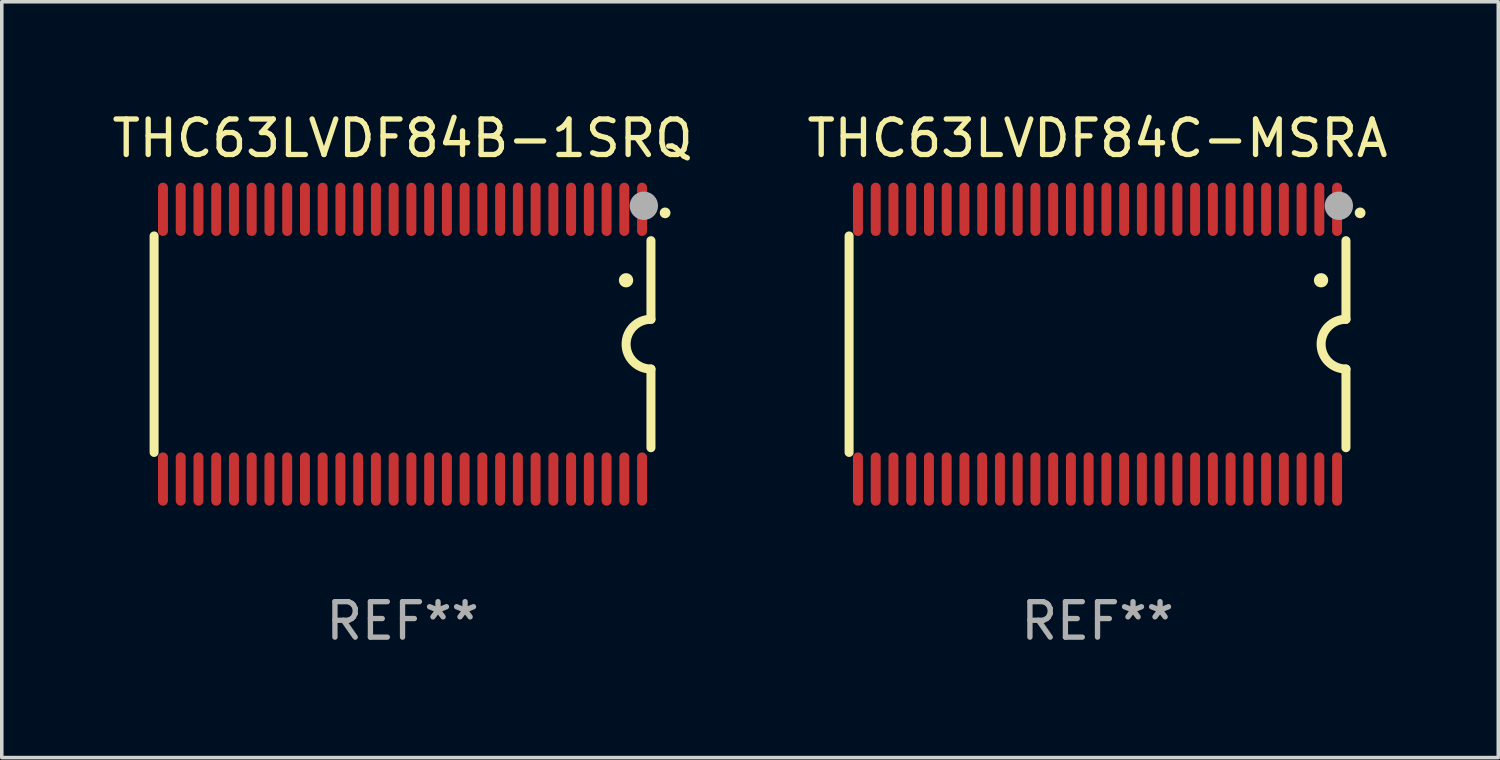
<source format=kicad_pcb>
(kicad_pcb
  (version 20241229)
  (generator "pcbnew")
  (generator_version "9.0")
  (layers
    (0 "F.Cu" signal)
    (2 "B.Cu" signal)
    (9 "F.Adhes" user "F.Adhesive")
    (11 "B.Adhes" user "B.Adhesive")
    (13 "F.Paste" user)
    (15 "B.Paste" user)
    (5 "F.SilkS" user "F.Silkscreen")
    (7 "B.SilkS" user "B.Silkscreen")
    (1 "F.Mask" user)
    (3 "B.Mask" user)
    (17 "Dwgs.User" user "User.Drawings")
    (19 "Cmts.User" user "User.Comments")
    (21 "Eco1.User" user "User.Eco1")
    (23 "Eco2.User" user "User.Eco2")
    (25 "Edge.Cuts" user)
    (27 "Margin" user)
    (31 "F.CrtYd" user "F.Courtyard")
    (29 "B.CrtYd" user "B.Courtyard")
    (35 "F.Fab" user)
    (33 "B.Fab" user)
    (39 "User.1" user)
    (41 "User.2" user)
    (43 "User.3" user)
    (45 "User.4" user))
  (footprint "THC63LVDF84C-MSRA"
    (layer "F.Cu")
    (at 27.875 6.648)
    (property "Reference" "THC63LVDF84C-MSRA" (at 0 -5.8 0) (layer "F.SilkS") (effects (font (size 1 1) (thickness 0.15))))
    (attr through_hole)
    (fp_line (start -7 3.05) (end -7 -3.05) (stroke (width 0.254) (type solid)) (layer "F.SilkS"))
    (fp_line (start 7 -2.917) (end 7 -0.7) (stroke (width 0.254) (type solid)) (layer "F.SilkS"))
    (fp_line (start 7 2.917) (end 7 0.7) (stroke (width 0.254) (type solid)) (layer "F.SilkS"))
    (fp_arc (start 6.296673 -1.800889) (mid 6.297943 -1.800893) (end 6.299213 -1.800889) (stroke (width 0.4) (type solid)) (layer "F.SilkS"))
    (fp_arc (start 7.000025 0.699975) (mid 6.299746 -0.000661) (end 7.000255 -0.701067) (stroke (width 0.254001) (type solid)) (layer "F.SilkS"))
    (fp_arc (start 7.397485 -3.700025) (mid 7.398755 -3.70003) (end 7.400025 -3.700025) (stroke (width 0.3) (type solid)) (layer "F.SilkS"))
    (fp_circle (center 7 -4.05) (end 7.03 -4.05) (stroke (width 0.06) (type solid)) (fill no) (layer "F.SilkS"))
    (fp_circle (center 6.8 -3.9) (end 7 -3.9) (stroke (width 0.4) (type solid)) (fill no) (layer "F.Fab"))
    (fp_text user "REF**" (at 0 7.8 0) (layer "F.Fab") (effects (font (size 1 1) (thickness 0.15))))
    (pad "1" smd oval (at 6.75 -3.8 180) (size 0.28 1.5) (layers "F.Cu" "F.Mask" "F.Paste"))
    (pad "2" smd oval (at 6.25 -3.8 180) (size 0.28 1.5) (layers "F.Cu" "F.Mask" "F.Paste"))
    (pad "3" smd oval (at 5.75 -3.8 180) (size 0.28 1.5) (layers "F.Cu" "F.Mask" "F.Paste"))
    (pad "4" smd oval (at 5.25 -3.8 180) (size 0.28 1.5) (layers "F.Cu" "F.Mask" "F.Paste"))
    (pad "5" smd oval (at 4.75 -3.8 180) (size 0.28 1.5) (layers "F.Cu" "F.Mask" "F.Paste"))
    (pad "6" smd oval (at 4.25 -3.8 180) (size 0.28 1.5) (layers "F.Cu" "F.Mask" "F.Paste"))
    (pad "7" smd oval (at 3.75 -3.8 180) (size 0.28 1.5) (layers "F.Cu" "F.Mask" "F.Paste"))
    (pad "8" smd oval (at 3.25 -3.8 180) (size 0.28 1.5) (layers "F.Cu" "F.Mask" "F.Paste"))
    (pad "9" smd oval (at 2.75 -3.8 180) (size 0.28 1.5) (layers "F.Cu" "F.Mask" "F.Paste"))
    (pad "10" smd oval (at 2.25 -3.8 180) (size 0.28 1.5) (layers "F.Cu" "F.Mask" "F.Paste"))
    (pad "11" smd oval (at 1.75 -3.8 180) (size 0.28 1.5) (layers "F.Cu" "F.Mask" "F.Paste"))
    (pad "12" smd oval (at 1.25 -3.8 180) (size 0.28 1.5) (layers "F.Cu" "F.Mask" "F.Paste"))
    (pad "13" smd oval (at 0.75 -3.8 180) (size 0.28 1.5) (layers "F.Cu" "F.Mask" "F.Paste"))
    (pad "14" smd oval (at 0.25 -3.8 180) (size 0.28 1.5) (layers "F.Cu" "F.Mask" "F.Paste"))
    (pad "15" smd oval (at -0.25 -3.8 180) (size 0.28 1.5) (layers "F.Cu" "F.Mask" "F.Paste"))
    (pad "16" smd oval (at -0.75 -3.8 180) (size 0.28 1.5) (layers "F.Cu" "F.Mask" "F.Paste"))
    (pad "17" smd oval (at -1.25 -3.8 180) (size 0.28 1.5) (layers "F.Cu" "F.Mask" "F.Paste"))
    (pad "18" smd oval (at -1.75 -3.8 180) (size 0.28 1.5) (layers "F.Cu" "F.Mask" "F.Paste"))
    (pad "19" smd oval (at -2.25 -3.8 180) (size 0.28 1.5) (layers "F.Cu" "F.Mask" "F.Paste"))
    (pad "20" smd oval (at -2.75 -3.8 180) (size 0.28 1.5) (layers "F.Cu" "F.Mask" "F.Paste"))
    (pad "21" smd oval (at -3.25 -3.8 180) (size 0.28 1.5) (layers "F.Cu" "F.Mask" "F.Paste"))
    (pad "22" smd oval (at -3.75 -3.8 180) (size 0.28 1.5) (layers "F.Cu" "F.Mask" "F.Paste"))
    (pad "23" smd oval (at -4.25 -3.8 180) (size 0.28 1.5) (layers "F.Cu" "F.Mask" "F.Paste"))
    (pad "24" smd oval (at -4.75 -3.8 180) (size 0.28 1.5) (layers "F.Cu" "F.Mask" "F.Paste"))
    (pad "25" smd oval (at -5.25 -3.8 180) (size 0.28 1.5) (layers "F.Cu" "F.Mask" "F.Paste"))
    (pad "26" smd oval (at -5.75 -3.8 180) (size 0.28 1.5) (layers "F.Cu" "F.Mask" "F.Paste"))
    (pad "27" smd oval (at -6.25 -3.8 180) (size 0.28 1.5) (layers "F.Cu" "F.Mask" "F.Paste"))
    (pad "28" smd oval (at -6.75 -3.8 180) (size 0.28 1.5) (layers "F.Cu" "F.Mask" "F.Paste"))
    (pad "29" smd oval (at -6.75 3.8 180) (size 0.28 1.5) (layers "F.Cu" "F.Mask" "F.Paste"))
    (pad "30" smd oval (at -6.25 3.8 180) (size 0.28 1.5) (layers "F.Cu" "F.Mask" "F.Paste"))
    (pad "31" smd oval (at -5.75 3.8 180) (size 0.28 1.5) (layers "F.Cu" "F.Mask" "F.Paste"))
    (pad "32" smd oval (at -5.25 3.8 180) (size 0.28 1.5) (layers "F.Cu" "F.Mask" "F.Paste"))
    (pad "33" smd oval (at -4.75 3.8 180) (size 0.28 1.5) (layers "F.Cu" "F.Mask" "F.Paste"))
    (pad "34" smd oval (at -4.25 3.8 180) (size 0.28 1.5) (layers "F.Cu" "F.Mask" "F.Paste"))
    (pad "35" smd oval (at -3.75 3.8 180) (size 0.28 1.5) (layers "F.Cu" "F.Mask" "F.Paste"))
    (pad "36" smd oval (at -3.25 3.8 180) (size 0.28 1.5) (layers "F.Cu" "F.Mask" "F.Paste"))
    (pad "37" smd oval (at -2.75 3.8 180) (size 0.28 1.5) (layers "F.Cu" "F.Mask" "F.Paste"))
    (pad "38" smd oval (at -2.25 3.8 180) (size 0.28 1.5) (layers "F.Cu" "F.Mask" "F.Paste"))
    (pad "39" smd oval (at -1.75 3.8 180) (size 0.28 1.5) (layers "F.Cu" "F.Mask" "F.Paste"))
    (pad "40" smd oval (at -1.25 3.8 180) (size 0.28 1.5) (layers "F.Cu" "F.Mask" "F.Paste"))
    (pad "41" smd oval (at -0.75 3.8 180) (size 0.28 1.5) (layers "F.Cu" "F.Mask" "F.Paste"))
    (pad "42" smd oval (at -0.25 3.8 180) (size 0.28 1.5) (layers "F.Cu" "F.Mask" "F.Paste"))
    (pad "43" smd oval (at 0.25 3.8 180) (size 0.28 1.5) (layers "F.Cu" "F.Mask" "F.Paste"))
    (pad "44" smd oval (at 0.75 3.8 180) (size 0.28 1.5) (layers "F.Cu" "F.Mask" "F.Paste"))
    (pad "45" smd oval (at 1.25 3.8 180) (size 0.28 1.5) (layers "F.Cu" "F.Mask" "F.Paste"))
    (pad "46" smd oval (at 1.75 3.8 180) (size 0.28 1.5) (layers "F.Cu" "F.Mask" "F.Paste"))
    (pad "47" smd oval (at 2.25 3.8 180) (size 0.28 1.5) (layers "F.Cu" "F.Mask" "F.Paste"))
    (pad "48" smd oval (at 2.75 3.8 180) (size 0.28 1.5) (layers "F.Cu" "F.Mask" "F.Paste"))
    (pad "49" smd oval (at 3.25 3.8 180) (size 0.28 1.5) (layers "F.Cu" "F.Mask" "F.Paste"))
    (pad "50" smd oval (at 3.75 3.8 180) (size 0.28 1.5) (layers "F.Cu" "F.Mask" "F.Paste"))
    (pad "51" smd oval (at 4.25 3.8 180) (size 0.28 1.5) (layers "F.Cu" "F.Mask" "F.Paste"))
    (pad "52" smd oval (at 4.75 3.8 180) (size 0.28 1.5) (layers "F.Cu" "F.Mask" "F.Paste"))
    (pad "53" smd oval (at 5.25 3.8 180) (size 0.28 1.5) (layers "F.Cu" "F.Mask" "F.Paste"))
    (pad "54" smd oval (at 5.75 3.8 180) (size 0.28 1.5) (layers "F.Cu" "F.Mask" "F.Paste"))
    (pad "55" smd oval (at 6.25 3.8 180) (size 0.28 1.5) (layers "F.Cu" "F.Mask" "F.Paste"))
    (pad "56" smd oval (at 6.75 3.8 180) (size 0.28 1.5) (layers "F.Cu" "F.Mask" "F.Paste")))
  (footprint "THC63LVDF84B-1SRQ"
    (layer "F.Cu")
    (at 8.292 6.648)
    (property "Reference" "THC63LVDF84B-1SRQ" (at 0 -5.8 0) (layer "F.SilkS") (effects (font (size 1 1) (thickness 0.15))))
    (attr through_hole)
    (fp_line (start -7 3.05) (end -7 -3.05) (stroke (width 0.254) (type solid)) (layer "F.SilkS"))
    (fp_line (start 7 -2.917) (end 7 -0.7) (stroke (width 0.254) (type solid)) (layer "F.SilkS"))
    (fp_line (start 7 2.917) (end 7 0.7) (stroke (width 0.254) (type solid)) (layer "F.SilkS"))
    (fp_arc (start 6.296673 -1.800889) (mid 6.297943 -1.800893) (end 6.299213 -1.800889) (stroke (width 0.4) (type solid)) (layer "F.SilkS"))
    (fp_arc (start 7.000025 0.699975) (mid 6.299746 -0.000661) (end 7.000255 -0.701067) (stroke (width 0.254001) (type solid)) (layer "F.SilkS"))
    (fp_arc (start 7.397485 -3.700025) (mid 7.398755 -3.70003) (end 7.400025 -3.700025) (stroke (width 0.3) (type solid)) (layer "F.SilkS"))
    (fp_circle (center 7 -4.05) (end 7.03 -4.05) (stroke (width 0.06) (type solid)) (fill no) (layer "F.SilkS"))
    (fp_circle (center 6.8 -3.9) (end 7 -3.9) (stroke (width 0.4) (type solid)) (fill no) (layer "F.Fab"))
    (fp_text user "REF**" (at 0 7.8 0) (layer "F.Fab") (effects (font (size 1 1) (thickness 0.15))))
    (pad "1" smd oval (at 6.75 -3.8 180) (size 0.28 1.5) (layers "F.Cu" "F.Mask" "F.Paste"))
    (pad "2" smd oval (at 6.25 -3.8 180) (size 0.28 1.5) (layers "F.Cu" "F.Mask" "F.Paste"))
    (pad "3" smd oval (at 5.75 -3.8 180) (size 0.28 1.5) (layers "F.Cu" "F.Mask" "F.Paste"))
    (pad "4" smd oval (at 5.25 -3.8 180) (size 0.28 1.5) (layers "F.Cu" "F.Mask" "F.Paste"))
    (pad "5" smd oval (at 4.75 -3.8 180) (size 0.28 1.5) (layers "F.Cu" "F.Mask" "F.Paste"))
    (pad "6" smd oval (at 4.25 -3.8 180) (size 0.28 1.5) (layers "F.Cu" "F.Mask" "F.Paste"))
    (pad "7" smd oval (at 3.75 -3.8 180) (size 0.28 1.5) (layers "F.Cu" "F.Mask" "F.Paste"))
    (pad "8" smd oval (at 3.25 -3.8 180) (size 0.28 1.5) (layers "F.Cu" "F.Mask" "F.Paste"))
    (pad "9" smd oval (at 2.75 -3.8 180) (size 0.28 1.5) (layers "F.Cu" "F.Mask" "F.Paste"))
    (pad "10" smd oval (at 2.25 -3.8 180) (size 0.28 1.5) (layers "F.Cu" "F.Mask" "F.Paste"))
    (pad "11" smd oval (at 1.75 -3.8 180) (size 0.28 1.5) (layers "F.Cu" "F.Mask" "F.Paste"))
    (pad "12" smd oval (at 1.25 -3.8 180) (size 0.28 1.5) (layers "F.Cu" "F.Mask" "F.Paste"))
    (pad "13" smd oval (at 0.75 -3.8 180) (size 0.28 1.5) (layers "F.Cu" "F.Mask" "F.Paste"))
    (pad "14" smd oval (at 0.25 -3.8 180) (size 0.28 1.5) (layers "F.Cu" "F.Mask" "F.Paste"))
    (pad "15" smd oval (at -0.25 -3.8 180) (size 0.28 1.5) (layers "F.Cu" "F.Mask" "F.Paste"))
    (pad "16" smd oval (at -0.75 -3.8 180) (size 0.28 1.5) (layers "F.Cu" "F.Mask" "F.Paste"))
    (pad "17" smd oval (at -1.25 -3.8 180) (size 0.28 1.5) (layers "F.Cu" "F.Mask" "F.Paste"))
    (pad "18" smd oval (at -1.75 -3.8 180) (size 0.28 1.5) (layers "F.Cu" "F.Mask" "F.Paste"))
    (pad "19" smd oval (at -2.25 -3.8 180) (size 0.28 1.5) (layers "F.Cu" "F.Mask" "F.Paste"))
    (pad "20" smd oval (at -2.75 -3.8 180) (size 0.28 1.5) (layers "F.Cu" "F.Mask" "F.Paste"))
    (pad "21" smd oval (at -3.25 -3.8 180) (size 0.28 1.5) (layers "F.Cu" "F.Mask" "F.Paste"))
    (pad "22" smd oval (at -3.75 -3.8 180) (size 0.28 1.5) (layers "F.Cu" "F.Mask" "F.Paste"))
    (pad "23" smd oval (at -4.25 -3.8 180) (size 0.28 1.5) (layers "F.Cu" "F.Mask" "F.Paste"))
    (pad "24" smd oval (at -4.75 -3.8 180) (size 0.28 1.5) (layers "F.Cu" "F.Mask" "F.Paste"))
    (pad "25" smd oval (at -5.25 -3.8 180) (size 0.28 1.5) (layers "F.Cu" "F.Mask" "F.Paste"))
    (pad "26" smd oval (at -5.75 -3.8 180) (size 0.28 1.5) (layers "F.Cu" "F.Mask" "F.Paste"))
    (pad "27" smd oval (at -6.25 -3.8 180) (size 0.28 1.5) (layers "F.Cu" "F.Mask" "F.Paste"))
    (pad "28" smd oval (at -6.75 -3.8 180) (size 0.28 1.5) (layers "F.Cu" "F.Mask" "F.Paste"))
    (pad "29" smd oval (at -6.75 3.8 180) (size 0.28 1.5) (layers "F.Cu" "F.Mask" "F.Paste"))
    (pad "30" smd oval (at -6.25 3.8 180) (size 0.28 1.5) (layers "F.Cu" "F.Mask" "F.Paste"))
    (pad "31" smd oval (at -5.75 3.8 180) (size 0.28 1.5) (layers "F.Cu" "F.Mask" "F.Paste"))
    (pad "32" smd oval (at -5.25 3.8 180) (size 0.28 1.5) (layers "F.Cu" "F.Mask" "F.Paste"))
    (pad "33" smd oval (at -4.75 3.8 180) (size 0.28 1.5) (layers "F.Cu" "F.Mask" "F.Paste"))
    (pad "34" smd oval (at -4.25 3.8 180) (size 0.28 1.5) (layers "F.Cu" "F.Mask" "F.Paste"))
    (pad "35" smd oval (at -3.75 3.8 180) (size 0.28 1.5) (layers "F.Cu" "F.Mask" "F.Paste"))
    (pad "36" smd oval (at -3.25 3.8 180) (size 0.28 1.5) (layers "F.Cu" "F.Mask" "F.Paste"))
    (pad "37" smd oval (at -2.75 3.8 180) (size 0.28 1.5) (layers "F.Cu" "F.Mask" "F.Paste"))
    (pad "38" smd oval (at -2.25 3.8 180) (size 0.28 1.5) (layers "F.Cu" "F.Mask" "F.Paste"))
    (pad "39" smd oval (at -1.75 3.8 180) (size 0.28 1.5) (layers "F.Cu" "F.Mask" "F.Paste"))
    (pad "40" smd oval (at -1.25 3.8 180) (size 0.28 1.5) (layers "F.Cu" "F.Mask" "F.Paste"))
    (pad "41" smd oval (at -0.75 3.8 180) (size 0.28 1.5) (layers "F.Cu" "F.Mask" "F.Paste"))
    (pad "42" smd oval (at -0.25 3.8 180) (size 0.28 1.5) (layers "F.Cu" "F.Mask" "F.Paste"))
    (pad "43" smd oval (at 0.25 3.8 180) (size 0.28 1.5) (layers "F.Cu" "F.Mask" "F.Paste"))
    (pad "44" smd oval (at 0.75 3.8 180) (size 0.28 1.5) (layers "F.Cu" "F.Mask" "F.Paste"))
    (pad "45" smd oval (at 1.25 3.8 180) (size 0.28 1.5) (layers "F.Cu" "F.Mask" "F.Paste"))
    (pad "46" smd oval (at 1.75 3.8 180) (size 0.28 1.5) (layers "F.Cu" "F.Mask" "F.Paste"))
    (pad "47" smd oval (at 2.25 3.8 180) (size 0.28 1.5) (layers "F.Cu" "F.Mask" "F.Paste"))
    (pad "48" smd oval (at 2.75 3.8 180) (size 0.28 1.5) (layers "F.Cu" "F.Mask" "F.Paste"))
    (pad "49" smd oval (at 3.25 3.8 180) (size 0.28 1.5) (layers "F.Cu" "F.Mask" "F.Paste"))
    (pad "50" smd oval (at 3.75 3.8 180) (size 0.28 1.5) (layers "F.Cu" "F.Mask" "F.Paste"))
    (pad "51" smd oval (at 4.25 3.8 180) (size 0.28 1.5) (layers "F.Cu" "F.Mask" "F.Paste"))
    (pad "52" smd oval (at 4.75 3.8 180) (size 0.28 1.5) (layers "F.Cu" "F.Mask" "F.Paste"))
    (pad "53" smd oval (at 5.25 3.8 180) (size 0.28 1.5) (layers "F.Cu" "F.Mask" "F.Paste"))
    (pad "54" smd oval (at 5.75 3.8 180) (size 0.28 1.5) (layers "F.Cu" "F.Mask" "F.Paste"))
    (pad "55" smd oval (at 6.25 3.8 180) (size 0.28 1.5) (layers "F.Cu" "F.Mask" "F.Paste"))
    (pad "56" smd oval (at 6.75 3.8 180) (size 0.28 1.5) (layers "F.Cu" "F.Mask" "F.Paste")))
  (gr_rect
    (start -3 -3)
    (end 39.167 18.297)
    (stroke (width 0.1) (type default))
    (fill no)
    (layer "Edge.Cuts")))
</source>
